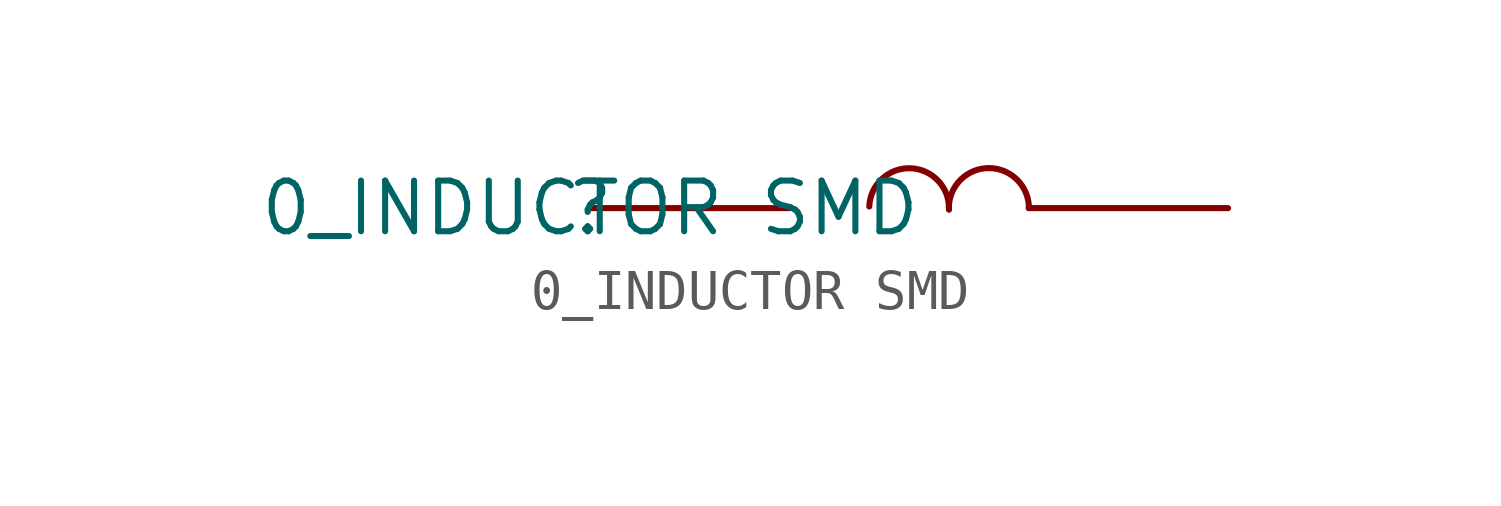
<source format=kicad_sym>
(kicad_symbol_lib
  (version 20210619)
  (generator kicad_symbol_editor)
  (symbol "e-verest-altium-import:0_INDUCTOR SMD"
    (property "Reference" ""
      (at 0 0 0)
      (effects (font (size 1.27 1.27))))
    (property "Value" "0_INDUCTOR SMD"
      (at 0 0 0)
      (effects (font (size 1.27 1.27))))
    (symbol "0_INDUCTOR SMD_1_0"
      (arc (start 11.0043 0) (end 8.9959 0.0193) (radius (at 10 0) (length 1.0043) (angles 0 178.9)) (stroke (width 0)) (fill (type none)))
      (arc (start 8.9991 -0.0401) (end 7.0009 0.0401) (radius (at 8 0) (length 0.9999) (angles -2.3 177.7)) (stroke (width 0)) (fill (type none)))
      (pin passive line (at 0 0 0) (length 5) (name "1" (effects (font (size 0 0)))) (number "1" (effects (font (size 0 0)))))
      (pin passive line (at 16 0 180) (length 5) (name "2" (effects (font (size 0 0)))) (number "2" (effects (font (size 0 0))))))))
</source>
